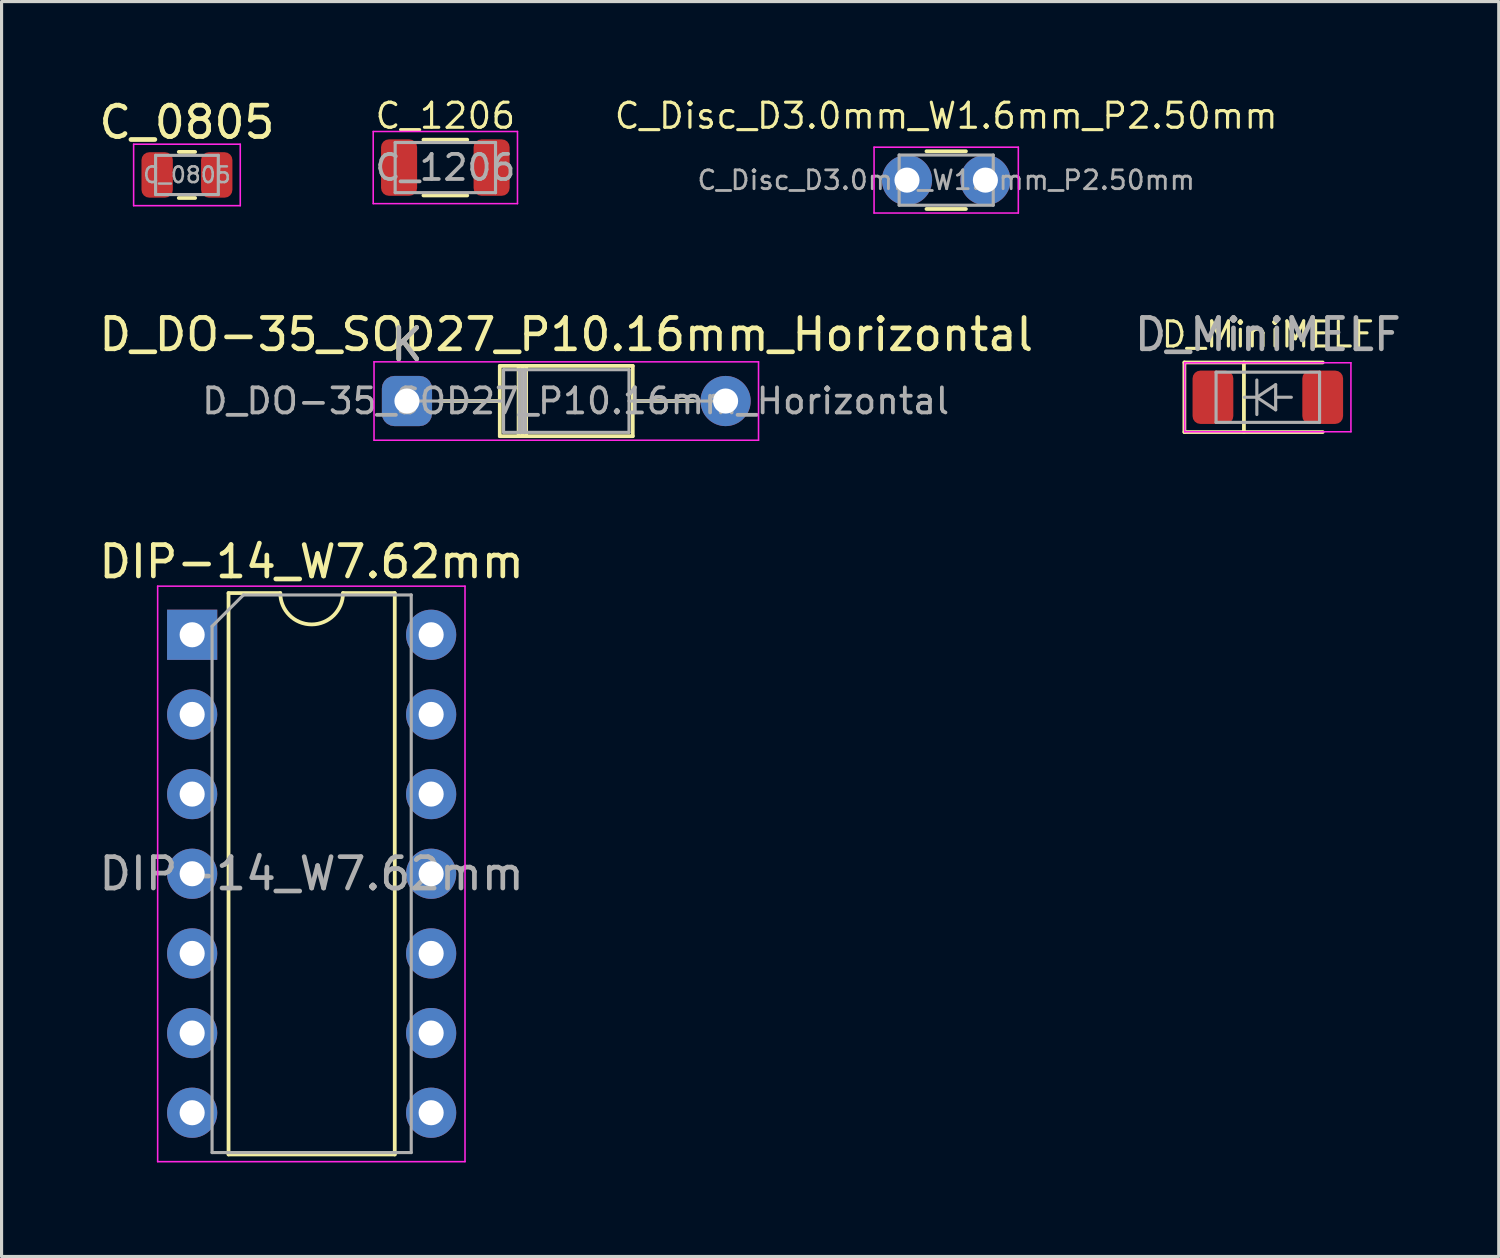
<source format=kicad_pcb>
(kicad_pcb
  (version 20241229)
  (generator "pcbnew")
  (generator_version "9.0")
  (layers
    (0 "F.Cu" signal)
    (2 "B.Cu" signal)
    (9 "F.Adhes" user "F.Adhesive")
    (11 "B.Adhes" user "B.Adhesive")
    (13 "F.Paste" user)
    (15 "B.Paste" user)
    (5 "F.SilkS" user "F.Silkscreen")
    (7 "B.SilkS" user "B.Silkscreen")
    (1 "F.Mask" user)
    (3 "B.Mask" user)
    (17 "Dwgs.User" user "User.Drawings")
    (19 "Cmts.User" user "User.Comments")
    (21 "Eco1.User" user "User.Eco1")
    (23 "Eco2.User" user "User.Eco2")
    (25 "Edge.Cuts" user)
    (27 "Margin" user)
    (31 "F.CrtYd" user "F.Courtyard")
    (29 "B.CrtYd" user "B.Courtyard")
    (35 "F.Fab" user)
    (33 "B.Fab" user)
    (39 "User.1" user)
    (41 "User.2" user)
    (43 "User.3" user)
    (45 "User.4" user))
  (footprint "D_MiniMELF"
    (layer "F.Cu")
    (at 37.375 9.617)
    (property "Reference" "D_MiniMELF" (at 0 -2 0) (unlocked yes) (layer "F.SilkS") (effects (font (size 0.8 0.8) (thickness 0.1))))
    (attr smd)
    (fp_line (start -2.66 -1.11) (end -2.66 1.11) (stroke (width 0.12) (type solid)) (layer "F.SilkS"))
    (fp_line (start -2.66 1.11) (end 1.75 1.11) (stroke (width 0.12) (type solid)) (layer "F.SilkS"))
    (fp_line (start -0.762 -1.11) (end -0.762 1.11) (stroke (width 0.12) (type solid)) (layer "F.SilkS"))
    (fp_line (start 1.75 -1.11) (end -2.66 -1.11) (stroke (width 0.12) (type solid)) (layer "F.SilkS"))
    (fp_line (start -2.65 -1.1) (end 2.65 -1.1) (stroke (width 0.05) (type solid)) (layer "F.CrtYd"))
    (fp_line (start -2.65 1.1) (end -2.65 -1.1) (stroke (width 0.05) (type solid)) (layer "F.CrtYd"))
    (fp_line (start 2.65 -1.1) (end 2.65 1.1) (stroke (width 0.05) (type solid)) (layer "F.CrtYd"))
    (fp_line (start 2.65 1.1) (end -2.65 1.1) (stroke (width 0.05) (type solid)) (layer "F.CrtYd"))
    (fp_line (start -1.65 -0.8) (end 1.65 -0.8) (stroke (width 0.1) (type solid)) (layer "F.Fab"))
    (fp_line (start -1.65 0.8) (end -1.65 -0.8) (stroke (width 0.1) (type solid)) (layer "F.Fab"))
    (fp_line (start -0.75 0) (end -0.35 0) (stroke (width 0.1) (type solid)) (layer "F.Fab"))
    (fp_line (start -0.35 0) (end -0.35 -0.55) (stroke (width 0.1) (type solid)) (layer "F.Fab"))
    (fp_line (start -0.35 0) (end -0.35 0.55) (stroke (width 0.1) (type solid)) (layer "F.Fab"))
    (fp_line (start -0.35 0) (end 0.25 -0.4) (stroke (width 0.1) (type solid)) (layer "F.Fab"))
    (fp_line (start 0.25 -0.4) (end 0.25 0.4) (stroke (width 0.1) (type solid)) (layer "F.Fab"))
    (fp_line (start 0.25 0) (end 0.75 0) (stroke (width 0.1) (type solid)) (layer "F.Fab"))
    (fp_line (start 0.25 0.4) (end -0.35 0) (stroke (width 0.1) (type solid)) (layer "F.Fab"))
    (fp_line (start 1.65 -0.8) (end 1.65 0.8) (stroke (width 0.1) (type solid)) (layer "F.Fab"))
    (fp_line (start 1.65 0.8) (end -1.65 0.8) (stroke (width 0.1) (type solid)) (layer "F.Fab"))
    (fp_text user "${REFERENCE}" (at 0 -2 0) (layer "F.Fab") (effects (font (size 1 1) (thickness 0.15))))
    (pad "1" smd roundrect (at -1.75 0) (size 1.3 1.7) (layers "F.Cu" "F.Mask" "F.Paste") (roundrect_rratio 0.192))
    (pad "2" smd roundrect (at 1.75 0) (size 1.3 1.7) (layers "F.Cu" "F.Mask" "F.Paste") (roundrect_rratio 0.192)))
  (footprint "C_Disc_D3.0mm_W1.6mm_P2.50mm"
    (layer "F.Cu")
    (at 25.87 2.693)
    (property "Reference" "C_Disc_D3.0mm_W1.6mm_P2.50mm" (at 1.25 -2.05 0) (unlocked yes) (layer "F.SilkS") (effects (font (size 0.8 0.8) (thickness 0.1))))
    (attr through_hole)
    (fp_line (start 0.621 -0.92) (end 1.879 -0.92) (stroke (width 0.12) (type solid)) (layer "F.SilkS"))
    (fp_line (start 0.621 0.92) (end 1.879 0.92) (stroke (width 0.12) (type solid)) (layer "F.SilkS"))
    (fp_line (start -1.05 -1.05) (end -1.05 1.05) (stroke (width 0.05) (type solid)) (layer "F.CrtYd"))
    (fp_line (start -1.05 1.05) (end 3.55 1.05) (stroke (width 0.05) (type solid)) (layer "F.CrtYd"))
    (fp_line (start 3.55 -1.05) (end -1.05 -1.05) (stroke (width 0.05) (type solid)) (layer "F.CrtYd"))
    (fp_line (start 3.55 1.05) (end 3.55 -1.05) (stroke (width 0.05) (type solid)) (layer "F.CrtYd"))
    (fp_line (start -0.25 -0.8) (end -0.25 0.8) (stroke (width 0.1) (type solid)) (layer "F.Fab"))
    (fp_line (start -0.25 0.8) (end 2.75 0.8) (stroke (width 0.1) (type solid)) (layer "F.Fab"))
    (fp_line (start 2.75 -0.8) (end -0.25 -0.8) (stroke (width 0.1) (type solid)) (layer "F.Fab"))
    (fp_line (start 2.75 0.8) (end 2.75 -0.8) (stroke (width 0.1) (type solid)) (layer "F.Fab"))
    (fp_text user "${REFERENCE}" (at 1.25 0 0) (layer "F.Fab") (effects (font (size 0.6 0.6) (thickness 0.09))))
    (pad "1" thru_hole circle (at 0 0) (size 1.6 1.6) (drill 0.8) (layers "*.Cu" "*.Mask"))
    (pad "2" thru_hole circle (at 2.5 0) (size 1.6 1.6) (drill 0.8) (layers "*.Cu" "*.Mask")))
  (footprint "D_DO-35_SOD27_P10.16mm_Horizontal"
    (layer "F.Cu")
    (at 9.926 9.737)
    (property "Reference" "D_DO-35_SOD27_P10.16mm_Horizontal" (at 5.08 -2.12 0) (layer "F.SilkS") (effects (font (size 1 1) (thickness 0.15))))
    (attr through_hole)
    (fp_line (start 1.04 0) (end 2.96 0) (stroke (width 0.12) (type solid)) (layer "F.SilkS"))
    (fp_line (start 2.96 -1.12) (end 2.96 1.12) (stroke (width 0.12) (type solid)) (layer "F.SilkS"))
    (fp_line (start 2.96 1.12) (end 7.2 1.12) (stroke (width 0.12) (type solid)) (layer "F.SilkS"))
    (fp_line (start 3.56 -1.12) (end 3.56 1.12) (stroke (width 0.12) (type solid)) (layer "F.SilkS"))
    (fp_line (start 3.68 -1.12) (end 3.68 1.12) (stroke (width 0.12) (type solid)) (layer "F.SilkS"))
    (fp_line (start 3.8 -1.12) (end 3.8 1.12) (stroke (width 0.12) (type solid)) (layer "F.SilkS"))
    (fp_line (start 7.2 -1.12) (end 2.96 -1.12) (stroke (width 0.12) (type solid)) (layer "F.SilkS"))
    (fp_line (start 7.2 1.12) (end 7.2 -1.12) (stroke (width 0.12) (type solid)) (layer "F.SilkS"))
    (fp_line (start 9.12 0) (end 7.2 0) (stroke (width 0.12) (type solid)) (layer "F.SilkS"))
    (fp_line (start -1.05 -1.25) (end -1.05 1.25) (stroke (width 0.05) (type solid)) (layer "F.CrtYd"))
    (fp_line (start -1.05 1.25) (end 11.21 1.25) (stroke (width 0.05) (type solid)) (layer "F.CrtYd"))
    (fp_line (start 11.21 -1.25) (end -1.05 -1.25) (stroke (width 0.05) (type solid)) (layer "F.CrtYd"))
    (fp_line (start 11.21 1.25) (end 11.21 -1.25) (stroke (width 0.05) (type solid)) (layer "F.CrtYd"))
    (fp_line (start 0 0) (end 3.08 0) (stroke (width 0.1) (type solid)) (layer "F.Fab"))
    (fp_line (start 3.08 -1) (end 3.08 1) (stroke (width 0.1) (type solid)) (layer "F.Fab"))
    (fp_line (start 3.08 1) (end 7.08 1) (stroke (width 0.1) (type solid)) (layer "F.Fab"))
    (fp_line (start 3.58 -1) (end 3.58 1) (stroke (width 0.1) (type solid)) (layer "F.Fab"))
    (fp_line (start 3.68 -1) (end 3.68 1) (stroke (width 0.1) (type solid)) (layer "F.Fab"))
    (fp_line (start 3.78 -1) (end 3.78 1) (stroke (width 0.1) (type solid)) (layer "F.Fab"))
    (fp_line (start 7.08 -1) (end 3.08 -1) (stroke (width 0.1) (type solid)) (layer "F.Fab"))
    (fp_line (start 7.08 1) (end 7.08 -1) (stroke (width 0.1) (type solid)) (layer "F.Fab"))
    (fp_line (start 10.16 0) (end 7.08 0) (stroke (width 0.1) (type solid)) (layer "F.Fab"))
    (fp_text user "K" (at 0 -1.8 0) (layer "F.SilkS") (effects (font (size 1 1) (thickness 0.15))))
    (fp_text user "${REFERENCE}" (at 5.38 0 0) (layer "F.Fab") (effects (font (size 0.8 0.8) (thickness 0.12))))
    (fp_text user "K" (at 0 -1.8 0) (layer "F.Fab") (effects (font (size 1 1) (thickness 0.15))))
    (pad "1" thru_hole roundrect (at 0 0) (size 1.6 1.6) (drill 0.8) (layers "*.Cu" "*.Mask") (roundrect_rratio 0.25))
    (pad "2" thru_hole oval (at 10.16 0) (size 1.6 1.6) (drill 0.8) (layers "*.Cu" "*.Mask")))
  (footprint "DIP-14_W7.62mm"
    (layer "F.Cu")
    (at 3.077 17.19)
    (property "Reference" "DIP-14_W7.62mm" (at 3.81 -2.33 0) (layer "F.SilkS") (effects (font (size 1 1) (thickness 0.15))))
    (attr through_hole)
    (fp_line (start 1.16 -1.33) (end 1.16 16.57) (stroke (width 0.12) (type solid)) (layer "F.SilkS"))
    (fp_line (start 1.16 16.57) (end 6.46 16.57) (stroke (width 0.12) (type solid)) (layer "F.SilkS"))
    (fp_line (start 2.81 -1.33) (end 1.16 -1.33) (stroke (width 0.12) (type solid)) (layer "F.SilkS"))
    (fp_line (start 6.46 -1.33) (end 4.81 -1.33) (stroke (width 0.12) (type solid)) (layer "F.SilkS"))
    (fp_line (start 6.46 16.57) (end 6.46 -1.33) (stroke (width 0.12) (type solid)) (layer "F.SilkS"))
    (fp_arc (start 4.81 -1.33) (mid 3.81 -0.33) (end 2.81 -1.33) (stroke (width 0.12) (type solid)) (layer "F.SilkS"))
    (fp_line (start -1.1 -1.55) (end -1.1 16.8) (stroke (width 0.05) (type solid)) (layer "F.CrtYd"))
    (fp_line (start -1.1 16.8) (end 8.7 16.8) (stroke (width 0.05) (type solid)) (layer "F.CrtYd"))
    (fp_line (start 8.7 -1.55) (end -1.1 -1.55) (stroke (width 0.05) (type solid)) (layer "F.CrtYd"))
    (fp_line (start 8.7 16.8) (end 8.7 -1.55) (stroke (width 0.05) (type solid)) (layer "F.CrtYd"))
    (fp_line (start 0.635 -0.27) (end 1.635 -1.27) (stroke (width 0.1) (type solid)) (layer "F.Fab"))
    (fp_line (start 0.635 16.51) (end 0.635 -0.27) (stroke (width 0.1) (type solid)) (layer "F.Fab"))
    (fp_line (start 1.635 -1.27) (end 6.985 -1.27) (stroke (width 0.1) (type solid)) (layer "F.Fab"))
    (fp_line (start 6.985 -1.27) (end 6.985 16.51) (stroke (width 0.1) (type solid)) (layer "F.Fab"))
    (fp_line (start 6.985 16.51) (end 0.635 16.51) (stroke (width 0.1) (type solid)) (layer "F.Fab"))
    (fp_text user "${REFERENCE}" (at 3.81 7.62 0) (layer "F.Fab") (effects (font (size 1 1) (thickness 0.15))))
    (pad "1" thru_hole rect (at 0 0) (size 1.6 1.6) (drill 0.8) (layers "*.Cu" "*.Mask"))
    (pad "2" thru_hole oval (at 0 2.54) (size 1.6 1.6) (drill 0.8) (layers "*.Cu" "*.Mask"))
    (pad "3" thru_hole oval (at 0 5.08) (size 1.6 1.6) (drill 0.8) (layers "*.Cu" "*.Mask"))
    (pad "4" thru_hole oval (at 0 7.62) (size 1.6 1.6) (drill 0.8) (layers "*.Cu" "*.Mask"))
    (pad "5" thru_hole oval (at 0 10.16) (size 1.6 1.6) (drill 0.8) (layers "*.Cu" "*.Mask"))
    (pad "6" thru_hole oval (at 0 12.7) (size 1.6 1.6) (drill 0.8) (layers "*.Cu" "*.Mask"))
    (pad "7" thru_hole oval (at 0 15.24) (size 1.6 1.6) (drill 0.8) (layers "*.Cu" "*.Mask"))
    (pad "8" thru_hole oval (at 7.62 15.24) (size 1.6 1.6) (drill 0.8) (layers "*.Cu" "*.Mask"))
    (pad "9" thru_hole oval (at 7.62 12.7) (size 1.6 1.6) (drill 0.8) (layers "*.Cu" "*.Mask"))
    (pad "10" thru_hole oval (at 7.62 10.16) (size 1.6 1.6) (drill 0.8) (layers "*.Cu" "*.Mask"))
    (pad "11" thru_hole oval (at 7.62 7.62) (size 1.6 1.6) (drill 0.8) (layers "*.Cu" "*.Mask"))
    (pad "12" thru_hole oval (at 7.62 5.08) (size 1.6 1.6) (drill 0.8) (layers "*.Cu" "*.Mask"))
    (pad "13" thru_hole oval (at 7.62 2.54) (size 1.6 1.6) (drill 0.8) (layers "*.Cu" "*.Mask"))
    (pad "14" thru_hole oval (at 7.62 0) (size 1.6 1.6) (drill 0.8) (layers "*.Cu" "*.Mask")))
  (footprint "C_0805"
    (layer "F.Cu")
    (at 2.911 2.528)
    (property "Reference" "C_0805" (at 0 -1.68 0) (layer "F.SilkS") (effects (font (size 1 1) (thickness 0.15))))
    (attr smd)
    (fp_line (start -0.261 -0.735) (end 0.261 -0.735) (stroke (width 0.12) (type solid)) (layer "F.SilkS"))
    (fp_line (start -0.261 0.735) (end 0.261 0.735) (stroke (width 0.12) (type solid)) (layer "F.SilkS"))
    (fp_line (start -1.7 -0.98) (end 1.7 -0.98) (stroke (width 0.05) (type solid)) (layer "F.CrtYd"))
    (fp_line (start -1.7 0.98) (end -1.7 -0.98) (stroke (width 0.05) (type solid)) (layer "F.CrtYd"))
    (fp_line (start 1.7 -0.98) (end 1.7 0.98) (stroke (width 0.05) (type solid)) (layer "F.CrtYd"))
    (fp_line (start 1.7 0.98) (end -1.7 0.98) (stroke (width 0.05) (type solid)) (layer "F.CrtYd"))
    (fp_line (start -1 -0.625) (end 1 -0.625) (stroke (width 0.1) (type solid)) (layer "F.Fab"))
    (fp_line (start -1 0.625) (end -1 -0.625) (stroke (width 0.1) (type solid)) (layer "F.Fab"))
    (fp_line (start 1 -0.625) (end 1 0.625) (stroke (width 0.1) (type solid)) (layer "F.Fab"))
    (fp_line (start 1 0.625) (end -1 0.625) (stroke (width 0.1) (type solid)) (layer "F.Fab"))
    (fp_text user "${REFERENCE}" (at 0 0 0) (layer "F.Fab") (effects (font (size 0.5 0.5) (thickness 0.08))))
    (pad "1" smd roundrect (at -0.95 0) (size 1 1.45) (layers "F.Cu" "F.Mask" "F.Paste") (roundrect_rratio 0.25))
    (pad "2" smd roundrect (at 0.95 0) (size 1 1.45) (layers "F.Cu" "F.Mask" "F.Paste") (roundrect_rratio 0.25)))
  (footprint "C_1206"
    (layer "F.Cu")
    (at 11.15 2.293)
    (property "Reference" "C_1206" (at 0 -1.65 0) (unlocked yes) (layer "F.SilkS") (effects (font (size 0.8 0.8) (thickness 0.1))))
    (attr smd)
    (fp_line (start -0.699 -0.889) (end 0.699 -0.889) (stroke (width 0.12) (type solid)) (layer "F.SilkS"))
    (fp_line (start -0.699 0.889) (end 0.699 0.889) (stroke (width 0.12) (type solid)) (layer "F.SilkS"))
    (fp_line (start -2.3 -1.15) (end 2.3 -1.15) (stroke (width 0.05) (type solid)) (layer "F.CrtYd"))
    (fp_line (start -2.3 1.15) (end -2.3 -1.15) (stroke (width 0.05) (type solid)) (layer "F.CrtYd"))
    (fp_line (start 2.3 -1.15) (end 2.3 1.15) (stroke (width 0.05) (type solid)) (layer "F.CrtYd"))
    (fp_line (start 2.3 1.15) (end -2.3 1.15) (stroke (width 0.05) (type solid)) (layer "F.CrtYd"))
    (fp_line (start -1.6 -0.8) (end 1.6 -0.8) (stroke (width 0.1) (type solid)) (layer "F.Fab"))
    (fp_line (start -1.6 0.8) (end -1.6 -0.8) (stroke (width 0.1) (type solid)) (layer "F.Fab"))
    (fp_line (start 1.6 -0.8) (end 1.6 0.8) (stroke (width 0.1) (type solid)) (layer "F.Fab"))
    (fp_line (start 1.6 0.8) (end -1.6 0.8) (stroke (width 0.1) (type solid)) (layer "F.Fab"))
    (fp_text user "${REFERENCE}" (at 0 0 0) (layer "F.Fab") (effects (font (size 0.8 0.8) (thickness 0.12))))
    (pad "1" smd roundrect (at -1.475 0) (size 1.15 1.8) (layers "F.Cu" "F.Mask" "F.Paste") (roundrect_rratio 0.217))
    (pad "2" smd roundrect (at 1.475 0) (size 1.15 1.8) (layers "F.Cu" "F.Mask" "F.Paste") (roundrect_rratio 0.217)))
  (gr_rect
    (start -3 -3)
    (end 44.738 37.015)
    (stroke (width 0.1) (type default))
    (fill no)
    (layer "Edge.Cuts")))
</source>
